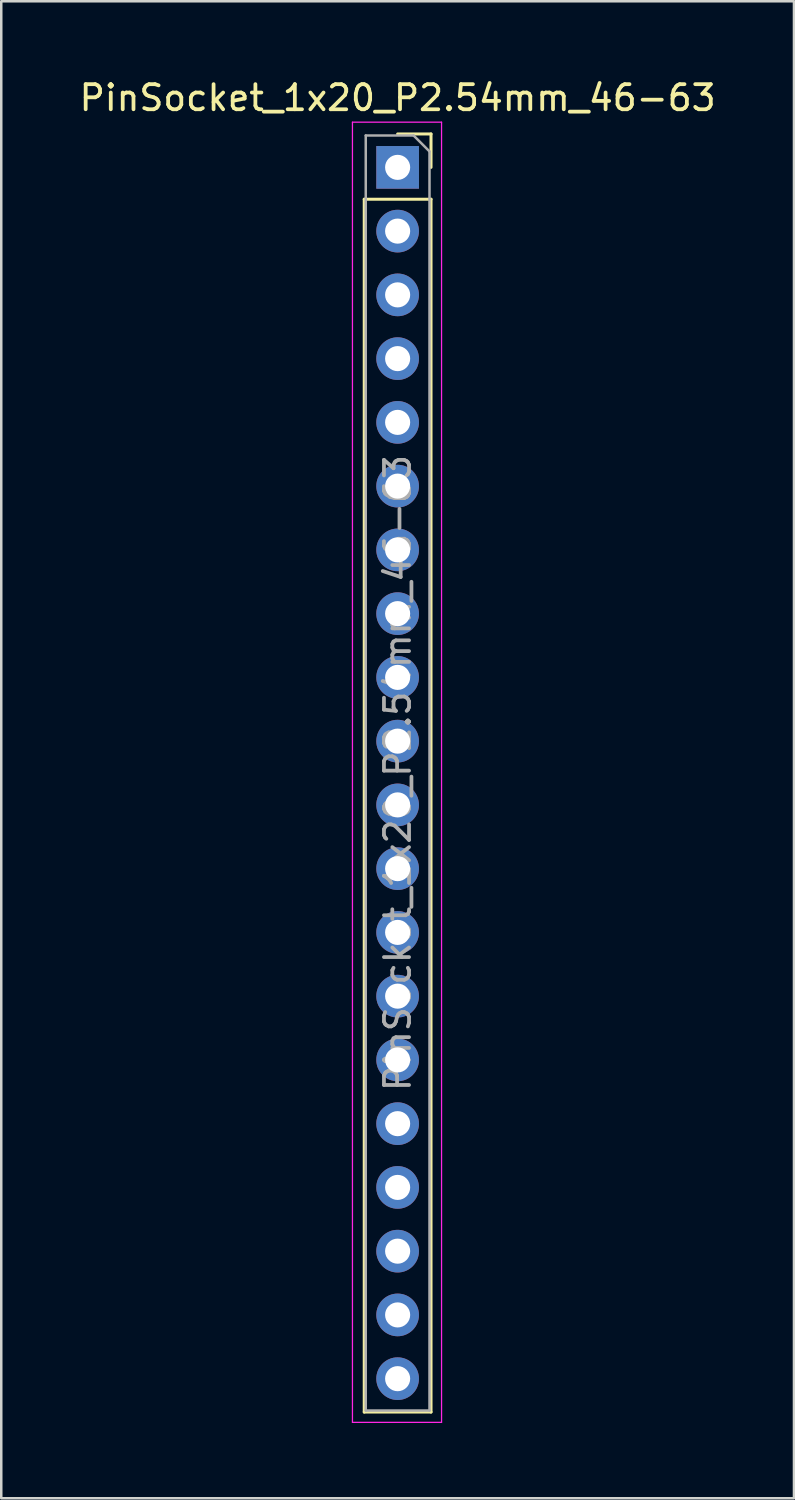
<source format=kicad_pcb>
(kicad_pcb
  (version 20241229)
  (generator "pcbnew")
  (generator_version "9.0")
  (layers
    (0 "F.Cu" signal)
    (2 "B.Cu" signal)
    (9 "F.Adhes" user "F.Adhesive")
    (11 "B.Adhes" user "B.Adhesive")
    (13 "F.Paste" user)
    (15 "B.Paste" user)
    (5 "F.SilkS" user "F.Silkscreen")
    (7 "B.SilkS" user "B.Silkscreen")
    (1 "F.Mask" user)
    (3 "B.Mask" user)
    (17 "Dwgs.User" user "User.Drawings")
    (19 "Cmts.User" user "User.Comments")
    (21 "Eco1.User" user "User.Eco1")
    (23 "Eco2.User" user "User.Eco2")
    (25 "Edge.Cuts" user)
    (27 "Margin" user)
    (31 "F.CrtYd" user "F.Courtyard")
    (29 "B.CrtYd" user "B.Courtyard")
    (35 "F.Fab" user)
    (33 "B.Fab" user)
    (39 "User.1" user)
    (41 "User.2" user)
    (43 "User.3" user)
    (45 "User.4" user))
  (footprint "PinSocket_1x20_P2.54mm_46-63"
    (layer "F.Cu")
    (at 12.792 3.618)
    (property "Reference" "PinSocket_1x20_P2.54mm_46-63" (at 0 -2.77 0) (layer "F.SilkS") (effects (font (size 1 1) (thickness 0.15))))
    (attr through_hole)
    (fp_line (start -1.33 1.27) (end -1.33 49.59) (stroke (width 0.12) (type solid)) (layer "F.SilkS"))
    (fp_line (start -1.33 1.27) (end 1.33 1.27) (stroke (width 0.12) (type solid)) (layer "F.SilkS"))
    (fp_line (start -1.33 49.59) (end 1.33 49.59) (stroke (width 0.12) (type solid)) (layer "F.SilkS"))
    (fp_line (start 0 -1.33) (end 1.33 -1.33) (stroke (width 0.12) (type solid)) (layer "F.SilkS"))
    (fp_line (start 1.33 -1.33) (end 1.33 0) (stroke (width 0.12) (type solid)) (layer "F.SilkS"))
    (fp_line (start 1.33 1.27) (end 1.33 49.59) (stroke (width 0.12) (type solid)) (layer "F.SilkS"))
    (fp_line (start -1.8 -1.8) (end 1.75 -1.8) (stroke (width 0.05) (type solid)) (layer "F.CrtYd"))
    (fp_line (start -1.8 50) (end -1.8 -1.8) (stroke (width 0.05) (type solid)) (layer "F.CrtYd"))
    (fp_line (start 1.75 -1.8) (end 1.75 50) (stroke (width 0.05) (type solid)) (layer "F.CrtYd"))
    (fp_line (start 1.75 50) (end -1.8 50) (stroke (width 0.05) (type solid)) (layer "F.CrtYd"))
    (fp_line (start -1.27 -1.27) (end 0.635 -1.27) (stroke (width 0.1) (type solid)) (layer "F.Fab"))
    (fp_line (start -1.27 49.53) (end -1.27 -1.27) (stroke (width 0.1) (type solid)) (layer "F.Fab"))
    (fp_line (start 0.635 -1.27) (end 1.27 -0.635) (stroke (width 0.1) (type solid)) (layer "F.Fab"))
    (fp_line (start 1.27 -0.635) (end 1.27 49.53) (stroke (width 0.1) (type solid)) (layer "F.Fab"))
    (fp_line (start 1.27 49.53) (end -1.27 49.53) (stroke (width 0.1) (type solid)) (layer "F.Fab"))
    (fp_text user "${REFERENCE}" (at 0 24.13 90) (layer "F.Fab") (effects (font (size 1 1) (thickness 0.15))))
    (pad "44" thru_hole rect (at 0 0) (size 1.7 1.7) (drill 1) (layers "*.Cu" "*.Mask"))
    (pad "45" thru_hole oval (at 0 2.54) (size 1.7 1.7) (drill 1) (layers "*.Cu" "*.Mask"))
    (pad "46" thru_hole oval (at 0 5.08) (size 1.7 1.7) (drill 1) (layers "*.Cu" "*.Mask"))
    (pad "47" thru_hole oval (at 0 7.62) (size 1.7 1.7) (drill 1) (layers "*.Cu" "*.Mask"))
    (pad "48" thru_hole oval (at 0 10.16) (size 1.7 1.7) (drill 1) (layers "*.Cu" "*.Mask"))
    (pad "49" thru_hole oval (at 0 12.7) (size 1.7 1.7) (drill 1) (layers "*.Cu" "*.Mask"))
    (pad "50" thru_hole oval (at 0 15.24) (size 1.7 1.7) (drill 1) (layers "*.Cu" "*.Mask"))
    (pad "51" thru_hole oval (at 0 17.78) (size 1.7 1.7) (drill 1) (layers "*.Cu" "*.Mask"))
    (pad "52" thru_hole oval (at 0 20.32 90) (size 1.7 1.7) (drill 1) (layers "*.Cu" "*.Mask"))
    (pad "53" thru_hole oval (at 0 22.86) (size 1.7 1.7) (drill 1) (layers "*.Cu" "*.Mask"))
    (pad "54" thru_hole oval (at 0 25.4) (size 1.7 1.7) (drill 1) (layers "*.Cu" "*.Mask"))
    (pad "55" thru_hole oval (at 0 27.94) (size 1.7 1.7) (drill 1) (layers "*.Cu" "*.Mask"))
    (pad "56" thru_hole oval (at 0 30.48) (size 1.7 1.7) (drill 1) (layers "*.Cu" "*.Mask"))
    (pad "57" thru_hole oval (at 0 33.02) (size 1.7 1.7) (drill 1) (layers "*.Cu" "*.Mask"))
    (pad "58" thru_hole oval (at 0 35.56) (size 1.7 1.7) (drill 1) (layers "*.Cu" "*.Mask"))
    (pad "59" thru_hole oval (at 0 38.1) (size 1.7 1.7) (drill 1) (layers "*.Cu" "*.Mask"))
    (pad "60" thru_hole oval (at 0 40.64) (size 1.7 1.7) (drill 1) (layers "*.Cu" "*.Mask"))
    (pad "61" thru_hole oval (at 0 43.18) (size 1.7 1.7) (drill 1) (layers "*.Cu" "*.Mask"))
    (pad "62" thru_hole oval (at 0 45.72) (size 1.7 1.7) (drill 1) (layers "*.Cu" "*.Mask"))
    (pad "63" thru_hole oval (at 0 48.26) (size 1.7 1.7) (drill 1) (layers "*.Cu" "*.Mask")))
  (gr_rect
    (start -3 -3)
    (end 28.583 56.643)
    (stroke (width 0.1) (type default))
    (fill no)
    (layer "Edge.Cuts")))
</source>
